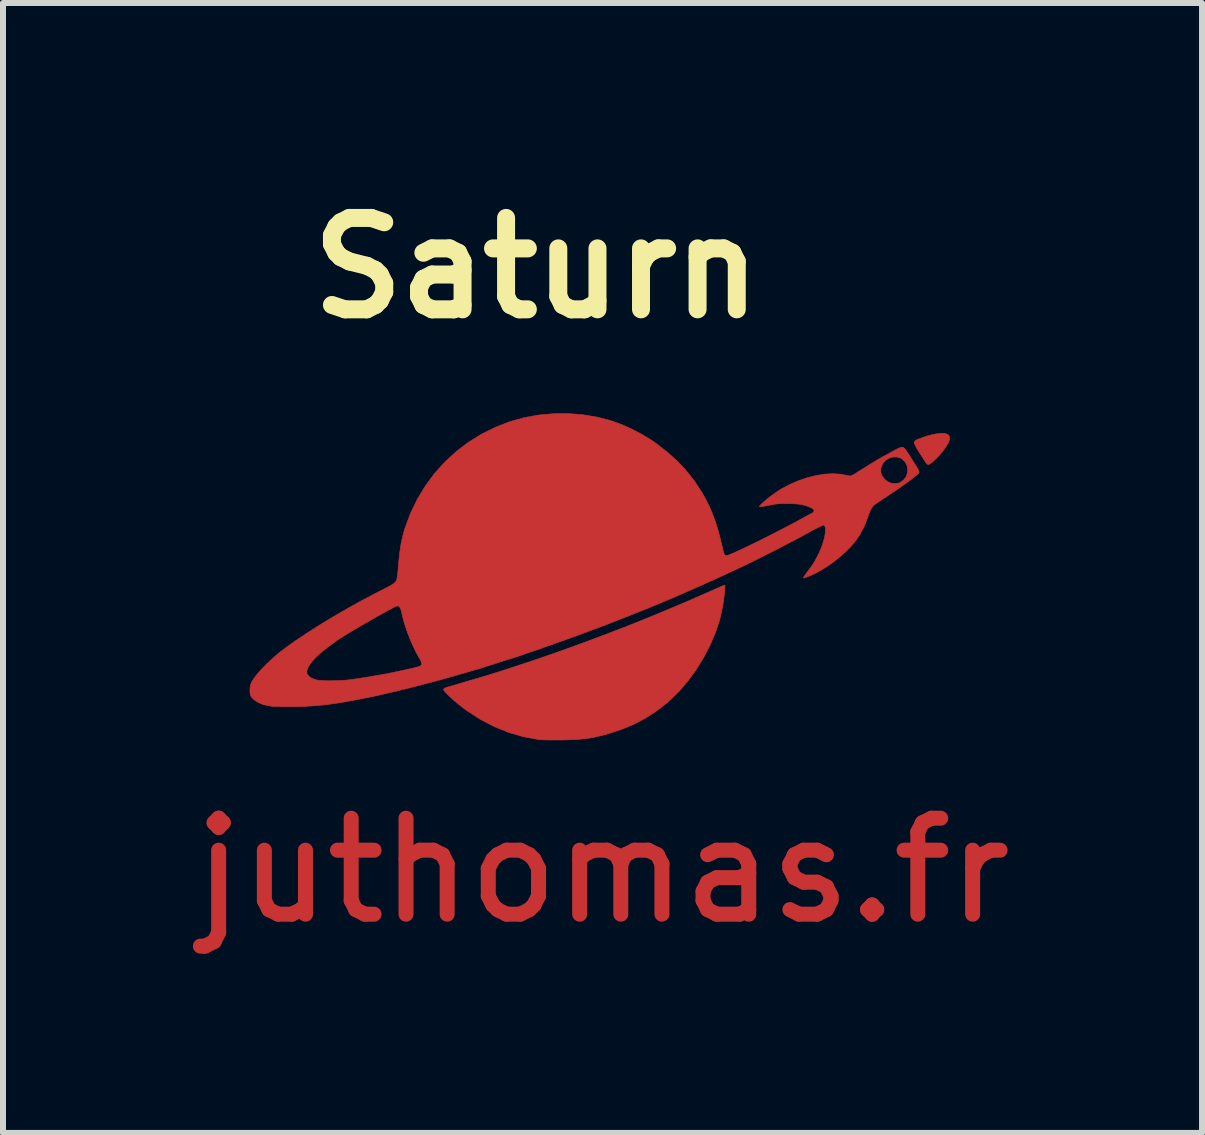
<source format=kicad_pcb>
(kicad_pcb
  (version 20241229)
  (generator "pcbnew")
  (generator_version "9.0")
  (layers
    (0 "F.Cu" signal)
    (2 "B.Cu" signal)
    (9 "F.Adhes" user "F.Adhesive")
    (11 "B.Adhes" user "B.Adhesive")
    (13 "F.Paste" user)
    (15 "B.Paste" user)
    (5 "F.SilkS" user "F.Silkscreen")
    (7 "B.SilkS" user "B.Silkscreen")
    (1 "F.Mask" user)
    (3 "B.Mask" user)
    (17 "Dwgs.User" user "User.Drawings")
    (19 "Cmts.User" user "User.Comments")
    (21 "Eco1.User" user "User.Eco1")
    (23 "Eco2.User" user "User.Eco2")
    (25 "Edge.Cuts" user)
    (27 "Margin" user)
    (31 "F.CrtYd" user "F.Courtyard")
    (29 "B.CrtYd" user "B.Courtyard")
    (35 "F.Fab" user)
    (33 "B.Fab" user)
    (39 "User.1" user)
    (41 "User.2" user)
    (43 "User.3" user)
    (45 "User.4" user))
  (footprint "Saturn"
    (layer "F.Cu")
    (at 6.996 6.893)
    (property "Reference" "Saturn" (at -1.1 -5.475 0) (layer "F.SilkS") (effects (font (size 1.524 1.524) (thickness 0.3))))
    (attr through_hole)
    (fp_poly (pts (xy 5.722 -2.713) (xy 5.762 -2.696) (xy 5.767 -2.691) (xy 5.786 -2.659) (xy 5.786 -2.617) (xy 5.767 -2.564) (xy 5.729 -2.498) (xy 5.672 -2.419) (xy 5.655 -2.398) (xy 5.611 -2.347) (xy 5.564 -2.298) (xy 5.518 -2.255) (xy 5.477 -2.222) (xy 5.445 -2.201) (xy 5.431 -2.197) (xy 5.41 -2.207) (xy 5.393 -2.226) (xy 5.38 -2.247) (xy 5.356 -2.284) (xy 5.325 -2.333) (xy 5.289 -2.388) (xy 5.284 -2.396) (xy 5.24 -2.468) (xy 5.211 -2.522) (xy 5.197 -2.557) (xy 5.197 -2.568) (xy 5.204 -2.585) (xy 5.223 -2.601) (xy 5.258 -2.618) (xy 5.296 -2.633) (xy 5.402 -2.67) (xy 5.501 -2.697) (xy 5.589 -2.713) (xy 5.664 -2.718) (xy 5.722 -2.713)) (stroke (width 0.01) (type solid)) (fill yes) (layer "F.Cu"))
    (fp_poly (pts (xy 2.041 -0.186) (xy 2.042 -0.171) (xy 2.04 -0.136) (xy 2.036 -0.086) (xy 2.03 -0.026) (xy 2.022 0.04) (xy 2.013 0.105) (xy 2.004 0.166) (xy 1.999 0.191) (xy 1.952 0.396) (xy 1.882 0.605) (xy 1.793 0.815) (xy 1.686 1.02) (xy 1.564 1.219) (xy 1.429 1.405) (xy 1.283 1.577) (xy 1.129 1.729) (xy 1.073 1.778) (xy 0.894 1.916) (xy 0.711 2.034) (xy 0.521 2.134) (xy 0.317 2.218) (xy 0.102 2.288) (xy -0.013 2.32) (xy -0.118 2.345) (xy -0.219 2.364) (xy -0.321 2.377) (xy -0.431 2.386) (xy -0.555 2.392) (xy -0.679 2.395) (xy -0.77 2.395) (xy -0.858 2.395) (xy -0.937 2.394) (xy -1.003 2.392) (xy -1.051 2.389) (xy -1.067 2.387) (xy -1.32 2.34) (xy -1.565 2.269) (xy -1.802 2.173) (xy -2.032 2.054) (xy -2.255 1.91) (xy -2.32 1.862) (xy -2.395 1.804) (xy -2.465 1.746) (xy -2.527 1.691) (xy -2.579 1.641) (xy -2.619 1.599) (xy -2.644 1.568) (xy -2.652 1.548) (xy -2.651 1.547) (xy -2.635 1.533) (xy -2.603 1.519) (xy -2.582 1.512) (xy -2.544 1.502) (xy -2.49 1.487) (xy -2.428 1.469) (xy -2.381 1.455) (xy -2.318 1.436) (xy -2.238 1.412) (xy -2.152 1.387) (xy -2.067 1.362) (xy -2.038 1.353) (xy -1.83 1.29) (xy -1.602 1.218) (xy -1.36 1.138) (xy -1.107 1.054) (xy -0.85 0.965) (xy -0.59 0.873) (xy -0.334 0.78) (xy -0.086 0.688) (xy 0.013 0.65) (xy 0.143 0.601) (xy 0.253 0.558) (xy 0.349 0.522) (xy 0.434 0.488) (xy 0.514 0.457) (xy 0.592 0.426) (xy 0.673 0.393) (xy 0.761 0.357) (xy 0.862 0.316) (xy 0.965 0.273) (xy 1.068 0.23) (xy 1.183 0.182) (xy 1.305 0.13) (xy 1.43 0.077) (xy 1.553 0.023) (xy 1.671 -0.028) (xy 1.777 -0.075) (xy 1.869 -0.116) (xy 1.935 -0.145) (xy 1.981 -0.165) (xy 2.017 -0.18) (xy 2.038 -0.186) (xy 2.041 -0.186)) (stroke (width 0.01) (type solid)) (fill yes) (layer "F.Cu"))
    (fp_poly (pts (xy -0.32 -3.027) (xy -0.078 -2.986) (xy 0.154 -2.924) (xy 0.184 -2.914) (xy 0.346 -2.853) (xy 0.512 -2.777) (xy 0.674 -2.69) (xy 0.824 -2.598) (xy 0.876 -2.562) (xy 1.072 -2.411) (xy 1.246 -2.256) (xy 1.399 -2.092) (xy 1.536 -1.918) (xy 1.659 -1.729) (xy 1.724 -1.613) (xy 1.779 -1.503) (xy 1.828 -1.389) (xy 1.873 -1.268) (xy 1.916 -1.135) (xy 1.957 -0.987) (xy 1.998 -0.817) (xy 2.009 -0.77) (xy 2.022 -0.721) (xy 2.037 -0.692) (xy 2.06 -0.681) (xy 2.095 -0.686) (xy 2.146 -0.706) (xy 2.16 -0.712) (xy 2.263 -0.758) (xy 2.384 -0.815) (xy 2.517 -0.879) (xy 2.659 -0.949) (xy 2.805 -1.023) (xy 2.95 -1.097) (xy 3.09 -1.17) (xy 3.22 -1.239) (xy 3.334 -1.301) (xy 3.389 -1.332) (xy 3.438 -1.358) (xy 3.475 -1.378) (xy 3.495 -1.388) (xy 3.496 -1.388) (xy 3.521 -1.407) (xy 3.527 -1.435) (xy 3.518 -1.453) (xy 3.5 -1.466) (xy 3.464 -1.483) (xy 3.418 -1.501) (xy 3.406 -1.506) (xy 3.359 -1.521) (xy 3.315 -1.531) (xy 3.266 -1.538) (xy 3.206 -1.543) (xy 3.136 -1.546) (xy 3.057 -1.548) (xy 2.99 -1.547) (xy 2.926 -1.543) (xy 2.859 -1.534) (xy 2.78 -1.52) (xy 2.711 -1.506) (xy 2.667 -1.498) (xy 2.634 -1.494) (xy 2.617 -1.493) (xy 2.617 -1.494) (xy 2.621 -1.507) (xy 2.642 -1.531) (xy 2.677 -1.565) (xy 2.724 -1.605) (xy 2.778 -1.649) (xy 2.838 -1.693) (xy 2.898 -1.737) (xy 2.957 -1.775) (xy 2.985 -1.792) (xy 3.121 -1.865) (xy 3.265 -1.927) (xy 3.413 -1.977) (xy 3.56 -2.014) (xy 3.703 -2.037) (xy 3.838 -2.045) (xy 3.96 -2.037) (xy 4.017 -2.027) (xy 4.065 -2.017) (xy 4.106 -2.009) (xy 4.131 -2.007) (xy 4.152 -2.013) (xy 4.189 -2.032) (xy 4.234 -2.058) (xy 4.255 -2.072) (xy 4.639 -2.072) (xy 4.661 -2.008) (xy 4.705 -1.951) (xy 4.763 -1.907) (xy 4.814 -1.887) (xy 4.875 -1.88) (xy 4.934 -1.887) (xy 4.963 -1.898) (xy 5.021 -1.94) (xy 5.062 -1.995) (xy 5.084 -2.058) (xy 5.089 -2.124) (xy 5.075 -2.187) (xy 5.044 -2.245) (xy 4.994 -2.291) (xy 4.974 -2.303) (xy 4.907 -2.324) (xy 4.837 -2.323) (xy 4.77 -2.301) (xy 4.711 -2.26) (xy 4.668 -2.205) (xy 4.641 -2.138) (xy 4.639 -2.072) (xy 4.255 -2.072) (xy 4.26 -2.075) (xy 4.302 -2.102) (xy 4.354 -2.135) (xy 4.413 -2.172) (xy 4.473 -2.209) (xy 4.532 -2.245) (xy 4.585 -2.277) (xy 4.628 -2.302) (xy 4.657 -2.319) (xy 4.668 -2.324) (xy 4.681 -2.33) (xy 4.711 -2.346) (xy 4.753 -2.37) (xy 4.791 -2.391) (xy 4.863 -2.432) (xy 4.918 -2.46) (xy 4.958 -2.478) (xy 4.987 -2.485) (xy 5.009 -2.485) (xy 5.014 -2.484) (xy 5.031 -2.47) (xy 5.057 -2.439) (xy 5.087 -2.397) (xy 5.112 -2.359) (xy 5.149 -2.299) (xy 5.188 -2.238) (xy 5.222 -2.183) (xy 5.236 -2.161) (xy 5.264 -2.115) (xy 5.277 -2.085) (xy 5.278 -2.065) (xy 5.275 -2.059) (xy 5.257 -2.039) (xy 5.22 -2.007) (xy 5.167 -1.965) (xy 5.101 -1.916) (xy 5.024 -1.86) (xy 4.939 -1.8) (xy 4.849 -1.739) (xy 4.813 -1.715) (xy 4.745 -1.67) (xy 4.681 -1.627) (xy 4.626 -1.59) (xy 4.583 -1.561) (xy 4.557 -1.544) (xy 4.556 -1.543) (xy 4.522 -1.517) (xy 4.494 -1.484) (xy 4.469 -1.442) (xy 4.445 -1.383) (xy 4.419 -1.309) (xy 4.365 -1.168) (xy 4.295 -1.037) (xy 4.234 -0.945) (xy 4.147 -0.837) (xy 4.039 -0.729) (xy 3.917 -0.624) (xy 3.786 -0.526) (xy 3.65 -0.439) (xy 3.515 -0.368) (xy 3.44 -0.336) (xy 3.398 -0.32) (xy 3.366 -0.309) (xy 3.35 -0.305) (xy 3.348 -0.308) (xy 3.354 -0.319) (xy 3.367 -0.34) (xy 3.39 -0.373) (xy 3.425 -0.421) (xy 3.473 -0.485) (xy 3.498 -0.519) (xy 3.516 -0.547) (xy 3.542 -0.591) (xy 3.571 -0.646) (xy 3.601 -0.703) (xy 3.638 -0.785) (xy 3.669 -0.868) (xy 3.693 -0.948) (xy 3.709 -1.023) (xy 3.717 -1.088) (xy 3.716 -1.14) (xy 3.705 -1.176) (xy 3.69 -1.189) (xy 3.674 -1.185) (xy 3.639 -1.17) (xy 3.589 -1.146) (xy 3.528 -1.115) (xy 3.458 -1.077) (xy 3.426 -1.059) (xy 3.341 -1.012) (xy 3.238 -0.957) (xy 3.121 -0.896) (xy 2.996 -0.831) (xy 2.867 -0.764) (xy 2.737 -0.699) (xy 2.613 -0.636) (xy 2.497 -0.578) (xy 2.394 -0.528) (xy 2.309 -0.488) (xy 2.305 -0.486) (xy 2.234 -0.453) (xy 2.156 -0.416) (xy 2.081 -0.381) (xy 2.042 -0.363) (xy 1.98 -0.334) (xy 1.899 -0.297) (xy 1.803 -0.254) (xy 1.697 -0.207) (xy 1.586 -0.157) (xy 1.474 -0.108) (xy 1.365 -0.06) (xy 1.264 -0.016) (xy 1.175 0.023) (xy 1.103 0.054) (xy 1.079 0.063) (xy 1.009 0.093) (xy 0.936 0.123) (xy 0.869 0.151) (xy 0.819 0.172) (xy 0.776 0.19) (xy 0.713 0.215) (xy 0.636 0.246) (xy 0.548 0.281) (xy 0.453 0.319) (xy 0.357 0.357) (xy 0.264 0.393) (xy 0.177 0.427) (xy 0.102 0.457) (xy 0.042 0.48) (xy 0.014 0.491) (xy -0.176 0.561) (xy -0.344 0.624) (xy -0.493 0.678) (xy -0.627 0.727) (xy -0.746 0.769) (xy -0.838 0.801) (xy -0.897 0.822) (xy -0.949 0.84) (xy -0.989 0.855) (xy -1.01 0.863) (xy -1.034 0.873) (xy -1.074 0.887) (xy -1.122 0.902) (xy -1.124 0.902) (xy -1.178 0.92) (xy -1.245 0.943) (xy -1.311 0.966) (xy -1.328 0.972) (xy -1.388 0.993) (xy -1.448 1.013) (xy -1.498 1.029) (xy -1.512 1.033) (xy -1.556 1.046) (xy -1.615 1.064) (xy -1.676 1.084) (xy -1.695 1.09) (xy -1.868 1.146) (xy -2.056 1.205) (xy -2.257 1.264) (xy -2.467 1.325) (xy -2.682 1.385) (xy -2.898 1.443) (xy -3.113 1.499) (xy -3.322 1.552) (xy -3.522 1.6) (xy -3.709 1.643) (xy -3.88 1.68) (xy -4.031 1.71) (xy -4.051 1.714) (xy -4.127 1.728) (xy -4.198 1.741) (xy -4.26 1.752) (xy -4.307 1.761) (xy -4.324 1.764) (xy -4.477 1.789) (xy -4.646 1.81) (xy -4.824 1.826) (xy -5.003 1.836) (xy -5.174 1.84) (xy -5.213 1.839) (xy -5.294 1.839) (xy -5.369 1.837) (xy -5.433 1.836) (xy -5.482 1.835) (xy -5.51 1.833) (xy -5.512 1.833) (xy -5.548 1.827) (xy -5.597 1.818) (xy -5.64 1.809) (xy -5.704 1.787) (xy -5.766 1.755) (xy -5.819 1.716) (xy -5.857 1.675) (xy -5.864 1.663) (xy -5.876 1.621) (xy -5.879 1.565) (xy -5.874 1.505) (xy -5.867 1.47) (xy -5.845 1.42) (xy -5.805 1.358) (xy -5.749 1.287) (xy -5.715 1.249) (xy -4.932 1.249) (xy -4.929 1.286) (xy -4.898 1.332) (xy -4.846 1.367) (xy -4.776 1.392) (xy -4.751 1.397) (xy -4.695 1.403) (xy -4.62 1.407) (xy -4.532 1.408) (xy -4.439 1.406) (xy -4.346 1.403) (xy -4.261 1.396) (xy -4.216 1.391) (xy -4.134 1.38) (xy -4.035 1.365) (xy -3.926 1.348) (xy -3.813 1.329) (xy -3.703 1.31) (xy -3.603 1.292) (xy -3.52 1.275) (xy -3.499 1.271) (xy -3.375 1.244) (xy -3.273 1.222) (xy -3.192 1.204) (xy -3.13 1.189) (xy -3.083 1.177) (xy -3.05 1.166) (xy -3.029 1.155) (xy -3.017 1.145) (xy -3.012 1.135) (xy -3.013 1.123) (xy -3.015 1.11) (xy -3.027 1.081) (xy -3.046 1.043) (xy -3.061 1.018) (xy -3.108 0.933) (xy -3.158 0.83) (xy -3.207 0.717) (xy -3.253 0.6) (xy -3.292 0.485) (xy -3.323 0.381) (xy -3.339 0.311) (xy -3.355 0.241) (xy -3.371 0.194) (xy -3.39 0.168) (xy -3.414 0.159) (xy -3.446 0.167) (xy -3.472 0.179) (xy -3.557 0.224) (xy -3.652 0.276) (xy -3.754 0.333) (xy -3.86 0.393) (xy -3.966 0.454) (xy -4.07 0.515) (xy -4.168 0.573) (xy -4.258 0.627) (xy -4.335 0.675) (xy -4.398 0.715) (xy -4.442 0.745) (xy -4.451 0.752) (xy -4.466 0.763) (xy -4.497 0.786) (xy -4.539 0.817) (xy -4.589 0.854) (xy -4.593 0.857) (xy -4.684 0.929) (xy -4.764 1.001) (xy -4.831 1.072) (xy -4.882 1.138) (xy -4.916 1.198) (xy -4.932 1.249) (xy -5.715 1.249) (xy -5.68 1.209) (xy -5.6 1.128) (xy -5.512 1.045) (xy -5.418 0.963) (xy -5.372 0.926) (xy -5.25 0.834) (xy -5.109 0.734) (xy -4.95 0.628) (xy -4.778 0.517) (xy -4.595 0.404) (xy -4.405 0.291) (xy -4.211 0.18) (xy -4.016 0.072) (xy -3.824 -0.03) (xy -3.693 -0.097) (xy -3.613 -0.137) (xy -3.552 -0.169) (xy -3.508 -0.195) (xy -3.478 -0.216) (xy -3.456 -0.236) (xy -3.442 -0.255) (xy -3.436 -0.266) (xy -3.427 -0.294) (xy -3.419 -0.345) (xy -3.411 -0.416) (xy -3.404 -0.503) (xy -3.404 -0.504) (xy -3.386 -0.698) (xy -3.36 -0.873) (xy -3.323 -1.036) (xy -3.294 -1.135) (xy -3.202 -1.384) (xy -3.088 -1.619) (xy -2.954 -1.841) (xy -2.801 -2.048) (xy -2.629 -2.239) (xy -2.44 -2.413) (xy -2.236 -2.569) (xy -2.016 -2.705) (xy -1.782 -2.821) (xy -1.539 -2.915) (xy -1.307 -2.979) (xy -1.065 -3.023) (xy -0.818 -3.045) (xy -0.568 -3.047) (xy -0.32 -3.027)) (stroke (width 0.01) (type solid)) (fill yes) (layer "F.Cu"))
    (fp_poly (pts (xy 5.722 -2.713) (xy 5.762 -2.696) (xy 5.767 -2.691) (xy 5.786 -2.659) (xy 5.786 -2.617) (xy 5.767 -2.564) (xy 5.729 -2.498) (xy 5.672 -2.419) (xy 5.655 -2.398) (xy 5.611 -2.347) (xy 5.564 -2.298) (xy 5.518 -2.255) (xy 5.477 -2.222) (xy 5.445 -2.201) (xy 5.431 -2.197) (xy 5.41 -2.207) (xy 5.393 -2.226) (xy 5.38 -2.247) (xy 5.356 -2.284) (xy 5.325 -2.333) (xy 5.289 -2.388) (xy 5.284 -2.396) (xy 5.24 -2.468) (xy 5.211 -2.522) (xy 5.197 -2.557) (xy 5.197 -2.568) (xy 5.204 -2.585) (xy 5.223 -2.601) (xy 5.258 -2.618) (xy 5.296 -2.633) (xy 5.402 -2.67) (xy 5.501 -2.697) (xy 5.589 -2.713) (xy 5.664 -2.718) (xy 5.722 -2.713)) (stroke (width 0.01) (type solid)) (fill yes) (layer "F.Mask"))
    (fp_poly (pts (xy 2.041 -0.186) (xy 2.042 -0.171) (xy 2.04 -0.136) (xy 2.036 -0.086) (xy 2.03 -0.026) (xy 2.022 0.04) (xy 2.013 0.105) (xy 2.004 0.166) (xy 1.999 0.191) (xy 1.952 0.396) (xy 1.882 0.605) (xy 1.793 0.815) (xy 1.686 1.02) (xy 1.564 1.219) (xy 1.429 1.405) (xy 1.283 1.577) (xy 1.129 1.729) (xy 1.073 1.778) (xy 0.894 1.916) (xy 0.711 2.034) (xy 0.521 2.134) (xy 0.317 2.218) (xy 0.102 2.288) (xy -0.013 2.32) (xy -0.118 2.345) (xy -0.219 2.364) (xy -0.321 2.377) (xy -0.431 2.386) (xy -0.555 2.392) (xy -0.679 2.395) (xy -0.77 2.395) (xy -0.858 2.395) (xy -0.937 2.394) (xy -1.003 2.392) (xy -1.051 2.389) (xy -1.067 2.387) (xy -1.32 2.34) (xy -1.565 2.269) (xy -1.802 2.173) (xy -2.032 2.054) (xy -2.255 1.91) (xy -2.32 1.862) (xy -2.395 1.804) (xy -2.465 1.746) (xy -2.527 1.691) (xy -2.579 1.641) (xy -2.619 1.599) (xy -2.644 1.568) (xy -2.652 1.548) (xy -2.651 1.547) (xy -2.635 1.533) (xy -2.603 1.519) (xy -2.582 1.512) (xy -2.544 1.502) (xy -2.49 1.487) (xy -2.428 1.469) (xy -2.381 1.455) (xy -2.318 1.436) (xy -2.238 1.412) (xy -2.152 1.387) (xy -2.067 1.362) (xy -2.038 1.353) (xy -1.83 1.29) (xy -1.602 1.218) (xy -1.36 1.138) (xy -1.107 1.054) (xy -0.85 0.965) (xy -0.59 0.873) (xy -0.334 0.78) (xy -0.086 0.688) (xy 0.013 0.65) (xy 0.143 0.601) (xy 0.253 0.558) (xy 0.349 0.522) (xy 0.434 0.488) (xy 0.514 0.457) (xy 0.592 0.426) (xy 0.673 0.393) (xy 0.761 0.357) (xy 0.862 0.316) (xy 0.965 0.273) (xy 1.068 0.23) (xy 1.183 0.182) (xy 1.305 0.13) (xy 1.43 0.077) (xy 1.553 0.023) (xy 1.671 -0.028) (xy 1.777 -0.075) (xy 1.869 -0.116) (xy 1.935 -0.145) (xy 1.981 -0.165) (xy 2.017 -0.18) (xy 2.038 -0.186) (xy 2.041 -0.186)) (stroke (width 0.01) (type solid)) (fill yes) (layer "F.Mask"))
    (fp_poly (pts (xy -0.32 -3.027) (xy -0.078 -2.986) (xy 0.154 -2.924) (xy 0.184 -2.914) (xy 0.346 -2.853) (xy 0.512 -2.777) (xy 0.674 -2.69) (xy 0.824 -2.598) (xy 0.876 -2.562) (xy 1.072 -2.411) (xy 1.246 -2.256) (xy 1.399 -2.092) (xy 1.536 -1.918) (xy 1.659 -1.729) (xy 1.724 -1.613) (xy 1.779 -1.503) (xy 1.828 -1.389) (xy 1.873 -1.268) (xy 1.916 -1.135) (xy 1.957 -0.987) (xy 1.998 -0.817) (xy 2.009 -0.77) (xy 2.022 -0.721) (xy 2.037 -0.692) (xy 2.06 -0.681) (xy 2.095 -0.686) (xy 2.146 -0.706) (xy 2.16 -0.712) (xy 2.263 -0.758) (xy 2.384 -0.815) (xy 2.517 -0.879) (xy 2.659 -0.949) (xy 2.805 -1.023) (xy 2.95 -1.097) (xy 3.09 -1.17) (xy 3.22 -1.239) (xy 3.334 -1.301) (xy 3.389 -1.332) (xy 3.438 -1.358) (xy 3.475 -1.378) (xy 3.495 -1.388) (xy 3.496 -1.388) (xy 3.521 -1.407) (xy 3.527 -1.435) (xy 3.518 -1.453) (xy 3.5 -1.466) (xy 3.464 -1.483) (xy 3.418 -1.501) (xy 3.406 -1.506) (xy 3.359 -1.521) (xy 3.315 -1.531) (xy 3.266 -1.538) (xy 3.206 -1.543) (xy 3.136 -1.546) (xy 3.057 -1.548) (xy 2.99 -1.547) (xy 2.926 -1.543) (xy 2.859 -1.534) (xy 2.78 -1.52) (xy 2.711 -1.506) (xy 2.667 -1.498) (xy 2.634 -1.494) (xy 2.617 -1.493) (xy 2.617 -1.494) (xy 2.621 -1.507) (xy 2.642 -1.531) (xy 2.677 -1.565) (xy 2.724 -1.605) (xy 2.778 -1.649) (xy 2.838 -1.693) (xy 2.898 -1.737) (xy 2.957 -1.775) (xy 2.985 -1.792) (xy 3.121 -1.865) (xy 3.265 -1.927) (xy 3.413 -1.977) (xy 3.56 -2.014) (xy 3.703 -2.037) (xy 3.838 -2.045) (xy 3.96 -2.037) (xy 4.017 -2.027) (xy 4.065 -2.017) (xy 4.106 -2.009) (xy 4.131 -2.007) (xy 4.152 -2.013) (xy 4.189 -2.032) (xy 4.234 -2.058) (xy 4.255 -2.072) (xy 4.639 -2.072) (xy 4.661 -2.008) (xy 4.705 -1.951) (xy 4.763 -1.907) (xy 4.814 -1.887) (xy 4.875 -1.88) (xy 4.934 -1.887) (xy 4.963 -1.898) (xy 5.021 -1.94) (xy 5.062 -1.995) (xy 5.084 -2.058) (xy 5.089 -2.124) (xy 5.075 -2.187) (xy 5.044 -2.245) (xy 4.994 -2.291) (xy 4.974 -2.303) (xy 4.907 -2.324) (xy 4.837 -2.323) (xy 4.77 -2.301) (xy 4.711 -2.26) (xy 4.668 -2.205) (xy 4.641 -2.138) (xy 4.639 -2.072) (xy 4.255 -2.072) (xy 4.26 -2.075) (xy 4.302 -2.102) (xy 4.354 -2.135) (xy 4.413 -2.172) (xy 4.473 -2.209) (xy 4.532 -2.245) (xy 4.585 -2.277) (xy 4.628 -2.302) (xy 4.657 -2.319) (xy 4.668 -2.324) (xy 4.681 -2.33) (xy 4.711 -2.346) (xy 4.753 -2.37) (xy 4.791 -2.391) (xy 4.863 -2.432) (xy 4.918 -2.46) (xy 4.958 -2.478) (xy 4.987 -2.485) (xy 5.009 -2.485) (xy 5.014 -2.484) (xy 5.031 -2.47) (xy 5.057 -2.439) (xy 5.087 -2.397) (xy 5.112 -2.359) (xy 5.149 -2.299) (xy 5.188 -2.238) (xy 5.222 -2.183) (xy 5.236 -2.161) (xy 5.264 -2.115) (xy 5.277 -2.085) (xy 5.278 -2.065) (xy 5.275 -2.059) (xy 5.257 -2.039) (xy 5.22 -2.007) (xy 5.167 -1.965) (xy 5.101 -1.916) (xy 5.024 -1.86) (xy 4.939 -1.8) (xy 4.849 -1.739) (xy 4.813 -1.715) (xy 4.745 -1.67) (xy 4.681 -1.627) (xy 4.626 -1.59) (xy 4.583 -1.561) (xy 4.557 -1.544) (xy 4.556 -1.543) (xy 4.522 -1.517) (xy 4.494 -1.484) (xy 4.469 -1.442) (xy 4.445 -1.383) (xy 4.419 -1.309) (xy 4.365 -1.168) (xy 4.295 -1.037) (xy 4.234 -0.945) (xy 4.147 -0.837) (xy 4.039 -0.729) (xy 3.917 -0.624) (xy 3.786 -0.526) (xy 3.65 -0.439) (xy 3.515 -0.368) (xy 3.44 -0.336) (xy 3.398 -0.32) (xy 3.366 -0.309) (xy 3.35 -0.305) (xy 3.348 -0.308) (xy 3.354 -0.319) (xy 3.367 -0.34) (xy 3.39 -0.373) (xy 3.425 -0.421) (xy 3.473 -0.485) (xy 3.498 -0.519) (xy 3.516 -0.547) (xy 3.542 -0.591) (xy 3.571 -0.646) (xy 3.601 -0.703) (xy 3.638 -0.785) (xy 3.669 -0.868) (xy 3.693 -0.948) (xy 3.709 -1.023) (xy 3.717 -1.088) (xy 3.716 -1.14) (xy 3.705 -1.176) (xy 3.69 -1.189) (xy 3.674 -1.185) (xy 3.639 -1.17) (xy 3.589 -1.146) (xy 3.528 -1.115) (xy 3.458 -1.077) (xy 3.426 -1.059) (xy 3.341 -1.012) (xy 3.238 -0.957) (xy 3.121 -0.896) (xy 2.996 -0.831) (xy 2.867 -0.764) (xy 2.737 -0.699) (xy 2.613 -0.636) (xy 2.497 -0.578) (xy 2.394 -0.528) (xy 2.309 -0.488) (xy 2.305 -0.486) (xy 2.234 -0.453) (xy 2.156 -0.416) (xy 2.081 -0.381) (xy 2.042 -0.363) (xy 1.98 -0.334) (xy 1.899 -0.297) (xy 1.803 -0.254) (xy 1.697 -0.207) (xy 1.586 -0.157) (xy 1.474 -0.108) (xy 1.365 -0.06) (xy 1.264 -0.016) (xy 1.175 0.023) (xy 1.103 0.054) (xy 1.079 0.063) (xy 1.009 0.093) (xy 0.936 0.123) (xy 0.869 0.151) (xy 0.819 0.172) (xy 0.776 0.19) (xy 0.713 0.215) (xy 0.636 0.246) (xy 0.548 0.281) (xy 0.453 0.319) (xy 0.357 0.357) (xy 0.264 0.393) (xy 0.177 0.427) (xy 0.102 0.457) (xy 0.042 0.48) (xy 0.014 0.491) (xy -0.176 0.561) (xy -0.344 0.624) (xy -0.493 0.678) (xy -0.627 0.727) (xy -0.746 0.769) (xy -0.838 0.801) (xy -0.897 0.822) (xy -0.949 0.84) (xy -0.989 0.855) (xy -1.01 0.863) (xy -1.034 0.873) (xy -1.074 0.887) (xy -1.122 0.902) (xy -1.124 0.902) (xy -1.178 0.92) (xy -1.245 0.943) (xy -1.311 0.966) (xy -1.328 0.972) (xy -1.388 0.993) (xy -1.448 1.013) (xy -1.498 1.029) (xy -1.512 1.033) (xy -1.556 1.046) (xy -1.615 1.064) (xy -1.676 1.084) (xy -1.695 1.09) (xy -1.868 1.146) (xy -2.056 1.205) (xy -2.257 1.264) (xy -2.467 1.325) (xy -2.682 1.385) (xy -2.898 1.443) (xy -3.113 1.499) (xy -3.322 1.552) (xy -3.522 1.6) (xy -3.709 1.643) (xy -3.88 1.68) (xy -4.031 1.71) (xy -4.051 1.714) (xy -4.127 1.728) (xy -4.198 1.741) (xy -4.26 1.752) (xy -4.307 1.761) (xy -4.324 1.764) (xy -4.477 1.789) (xy -4.646 1.81) (xy -4.824 1.826) (xy -5.003 1.836) (xy -5.174 1.84) (xy -5.213 1.839) (xy -5.294 1.839) (xy -5.369 1.837) (xy -5.433 1.836) (xy -5.482 1.835) (xy -5.51 1.833) (xy -5.512 1.833) (xy -5.548 1.827) (xy -5.597 1.818) (xy -5.64 1.809) (xy -5.704 1.787) (xy -5.766 1.755) (xy -5.819 1.716) (xy -5.857 1.675) (xy -5.864 1.663) (xy -5.876 1.621) (xy -5.879 1.565) (xy -5.874 1.505) (xy -5.867 1.47) (xy -5.845 1.42) (xy -5.805 1.358) (xy -5.749 1.287) (xy -5.715 1.249) (xy -4.932 1.249) (xy -4.929 1.286) (xy -4.898 1.332) (xy -4.846 1.367) (xy -4.776 1.392) (xy -4.751 1.397) (xy -4.695 1.403) (xy -4.62 1.407) (xy -4.532 1.408) (xy -4.439 1.406) (xy -4.346 1.403) (xy -4.261 1.396) (xy -4.216 1.391) (xy -4.134 1.38) (xy -4.035 1.365) (xy -3.926 1.348) (xy -3.813 1.329) (xy -3.703 1.31) (xy -3.603 1.292) (xy -3.52 1.275) (xy -3.499 1.271) (xy -3.375 1.244) (xy -3.273 1.222) (xy -3.192 1.204) (xy -3.13 1.189) (xy -3.083 1.177) (xy -3.05 1.166) (xy -3.029 1.155) (xy -3.017 1.145) (xy -3.012 1.135) (xy -3.013 1.123) (xy -3.015 1.11) (xy -3.027 1.081) (xy -3.046 1.043) (xy -3.061 1.018) (xy -3.108 0.933) (xy -3.158 0.83) (xy -3.207 0.717) (xy -3.253 0.6) (xy -3.292 0.485) (xy -3.323 0.381) (xy -3.339 0.311) (xy -3.355 0.241) (xy -3.371 0.194) (xy -3.39 0.168) (xy -3.414 0.159) (xy -3.446 0.167) (xy -3.472 0.179) (xy -3.557 0.224) (xy -3.652 0.276) (xy -3.754 0.333) (xy -3.86 0.393) (xy -3.966 0.454) (xy -4.07 0.515) (xy -4.168 0.573) (xy -4.258 0.627) (xy -4.335 0.675) (xy -4.398 0.715) (xy -4.442 0.745) (xy -4.451 0.752) (xy -4.466 0.763) (xy -4.497 0.786) (xy -4.539 0.817) (xy -4.589 0.854) (xy -4.593 0.857) (xy -4.684 0.929) (xy -4.764 1.001) (xy -4.831 1.072) (xy -4.882 1.138) (xy -4.916 1.198) (xy -4.932 1.249) (xy -5.715 1.249) (xy -5.68 1.209) (xy -5.6 1.128) (xy -5.512 1.045) (xy -5.418 0.963) (xy -5.372 0.926) (xy -5.25 0.834) (xy -5.109 0.734) (xy -4.95 0.628) (xy -4.778 0.517) (xy -4.595 0.404) (xy -4.405 0.291) (xy -4.211 0.18) (xy -4.016 0.072) (xy -3.824 -0.03) (xy -3.693 -0.097) (xy -3.613 -0.137) (xy -3.552 -0.169) (xy -3.508 -0.195) (xy -3.478 -0.216) (xy -3.456 -0.236) (xy -3.442 -0.255) (xy -3.436 -0.266) (xy -3.427 -0.294) (xy -3.419 -0.345) (xy -3.411 -0.416) (xy -3.404 -0.503) (xy -3.404 -0.504) (xy -3.386 -0.698) (xy -3.36 -0.873) (xy -3.323 -1.036) (xy -3.294 -1.135) (xy -3.202 -1.384) (xy -3.088 -1.619) (xy -2.954 -1.841) (xy -2.801 -2.048) (xy -2.629 -2.239) (xy -2.44 -2.413) (xy -2.236 -2.569) (xy -2.016 -2.705) (xy -1.782 -2.821) (xy -1.539 -2.915) (xy -1.307 -2.979) (xy -1.065 -3.023) (xy -0.818 -3.045) (xy -0.568 -3.047) (xy -0.32 -3.027)) (stroke (width 0.01) (type solid)) (fill yes) (layer "F.Mask"))
    (fp_text user "juthomas.fr" (at 0 4.572 0) (unlocked yes) (layer "F.Cu") (effects (font (size 1.6 1.6) (thickness 0.25))))
    (fp_text user "juthomas.fr" (at 0 4.572 0) (unlocked yes) (layer "F.Mask") (effects (font (size 1.6 1.6) (thickness 0.25)))))
  (gr_rect
    (start -3 -3)
    (end 16.992 15.84)
    (stroke (width 0.1) (type default))
    (fill no)
    (layer "Edge.Cuts")))
</source>
